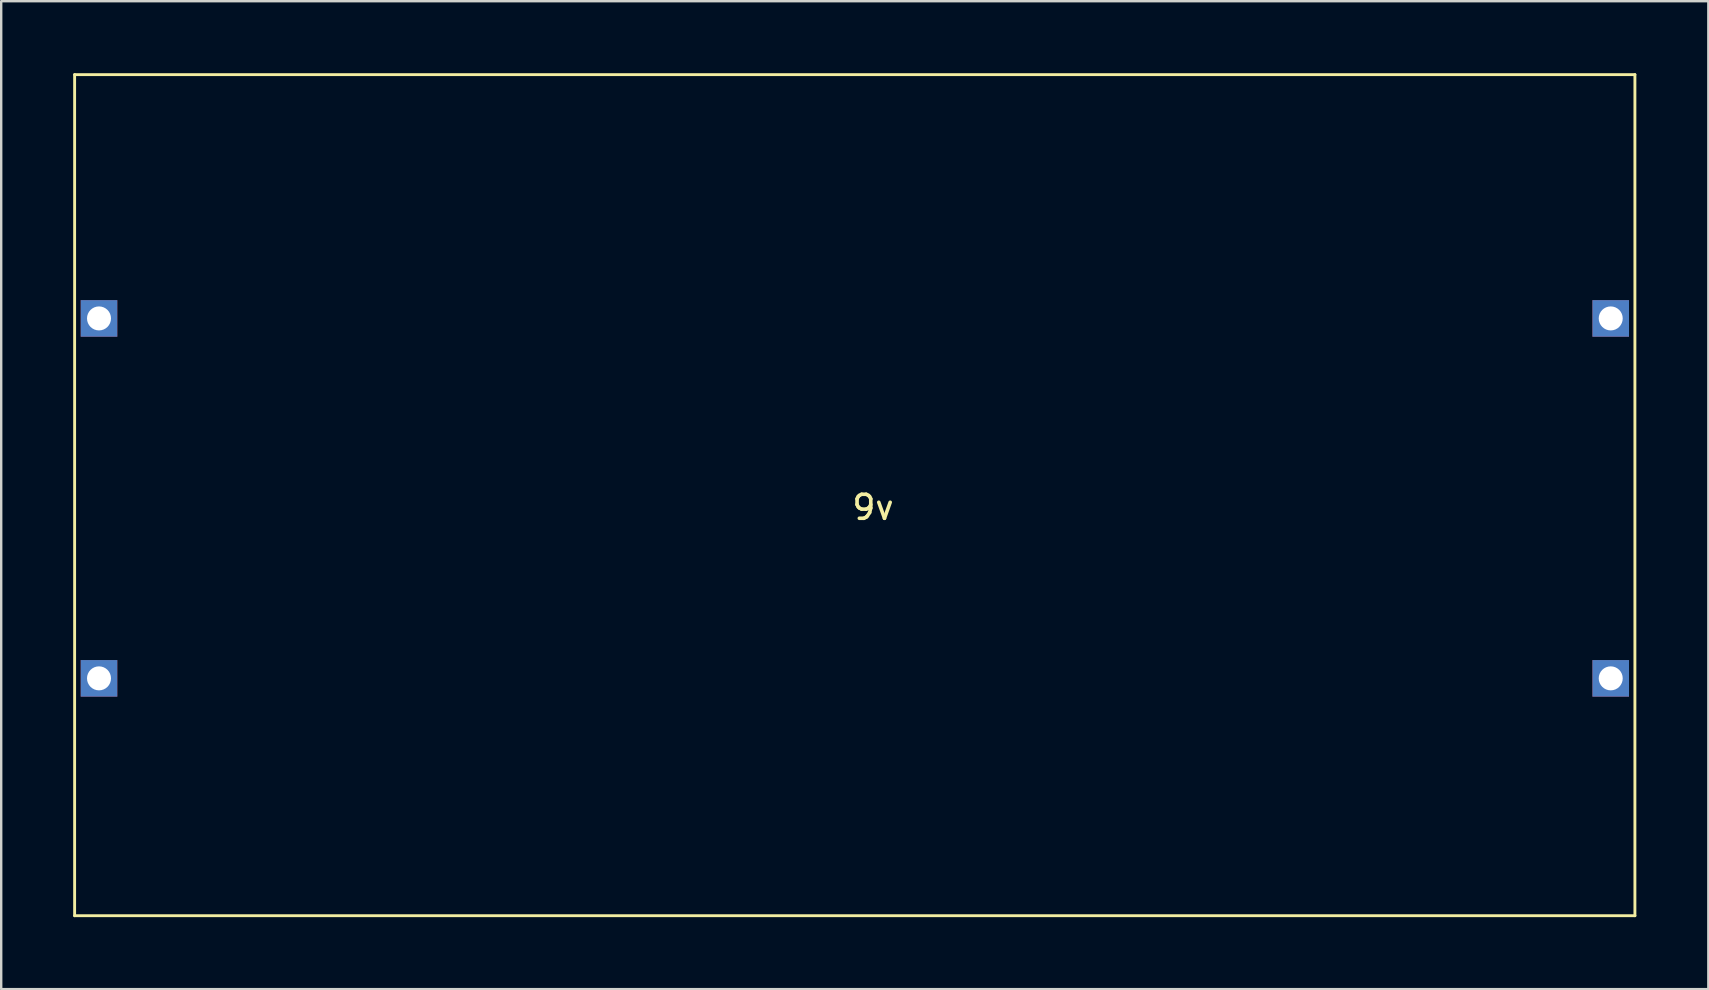
<source format=kicad_pcb>
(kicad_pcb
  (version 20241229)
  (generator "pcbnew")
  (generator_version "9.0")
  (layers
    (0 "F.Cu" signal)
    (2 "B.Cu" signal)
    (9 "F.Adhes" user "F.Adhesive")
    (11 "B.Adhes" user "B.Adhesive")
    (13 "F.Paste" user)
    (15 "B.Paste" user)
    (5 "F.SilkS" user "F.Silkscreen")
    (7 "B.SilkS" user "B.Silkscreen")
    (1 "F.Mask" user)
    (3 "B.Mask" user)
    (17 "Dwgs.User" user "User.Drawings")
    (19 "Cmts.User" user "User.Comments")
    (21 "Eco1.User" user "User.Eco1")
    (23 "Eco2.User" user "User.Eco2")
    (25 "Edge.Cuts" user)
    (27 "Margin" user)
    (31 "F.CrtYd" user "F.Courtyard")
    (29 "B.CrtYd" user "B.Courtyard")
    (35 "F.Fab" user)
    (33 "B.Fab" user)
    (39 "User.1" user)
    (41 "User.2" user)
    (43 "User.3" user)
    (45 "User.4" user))
  (footprint "9v"
    (layer "F.Cu")
    (at 1.076 10.22)
    (property "Reference" "9v" (at 32.258 7.874 0) (layer "F.SilkS") (effects (font (size 1 1) (thickness 0.15))))
    (attr through_hole)
    (fp_line (start -1.016 -10.16) (end -1.016 24.892) (stroke (width 0.12) (type solid)) (layer "F.SilkS"))
    (fp_line (start -1.016 -10.16) (end 64.008 -10.16) (stroke (width 0.12) (type solid)) (layer "F.SilkS"))
    (fp_line (start -1.016 24.892) (end 64.008 24.892) (stroke (width 0.12) (type solid)) (layer "F.SilkS"))
    (fp_line (start 64.008 -10.16) (end 64.008 24.892) (stroke (width 0.12) (type solid)) (layer "F.SilkS"))
    (pad "1" thru_hole rect (at 0 0) (size 1.524 1.524) (drill 1) (layers "*.Cu" "*.Mask"))
    (pad "2" thru_hole rect (at 63 0) (size 1.524 1.524) (drill 1) (layers "*.Cu" "*.Mask"))
    (pad "3" thru_hole rect (at 0 15) (size 1.524 1.524) (drill 1) (layers "*.Cu" "*.Mask"))
    (pad "4" thru_hole rect (at 63 15) (size 1.524 1.524) (drill 1) (layers "*.Cu" "*.Mask")))
  (gr_rect
    (start -3 -3)
    (end 68.144 38.172)
    (stroke (width 0.1) (type default))
    (fill no)
    (layer "Edge.Cuts")))
</source>
